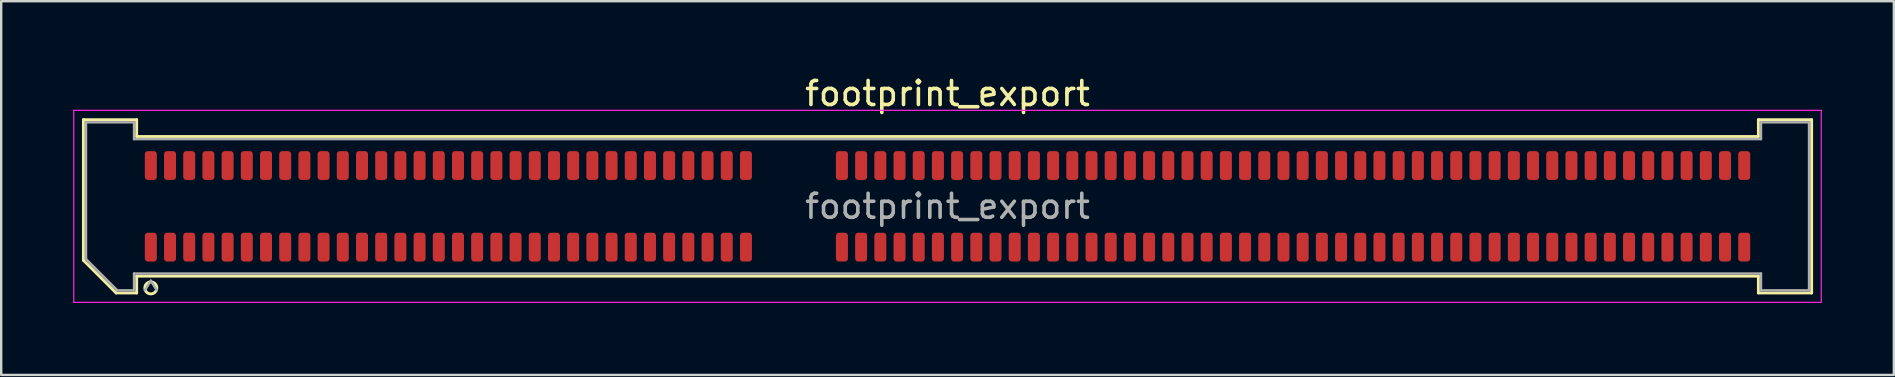
<source format=kicad_pcb>
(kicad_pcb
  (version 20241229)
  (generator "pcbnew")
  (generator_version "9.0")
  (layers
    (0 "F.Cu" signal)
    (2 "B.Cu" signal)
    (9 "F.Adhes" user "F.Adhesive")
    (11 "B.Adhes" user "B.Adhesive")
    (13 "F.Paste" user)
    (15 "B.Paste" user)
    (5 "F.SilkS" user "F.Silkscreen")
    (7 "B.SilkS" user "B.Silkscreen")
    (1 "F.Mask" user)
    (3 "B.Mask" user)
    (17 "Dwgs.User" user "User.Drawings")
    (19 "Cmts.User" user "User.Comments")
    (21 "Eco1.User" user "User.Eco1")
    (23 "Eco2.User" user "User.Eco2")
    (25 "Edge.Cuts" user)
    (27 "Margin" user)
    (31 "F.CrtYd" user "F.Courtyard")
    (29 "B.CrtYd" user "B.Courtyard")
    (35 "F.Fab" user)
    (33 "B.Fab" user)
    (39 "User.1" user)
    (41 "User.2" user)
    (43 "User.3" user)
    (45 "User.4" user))
  (footprint "footprint_export"
    (layer "F.Cu")
    (at 36.435 5.548)
    (property "Reference" "footprint_export" (at 0 -4.7 0) (layer "F.SilkS") (effects (font (size 1 1) (thickness 0.15))))
    (attr smd)
    (fp_line (start -36.01 -3.61) (end -33.79 -3.61) (stroke (width 0.12) (type solid)) (layer "F.SilkS"))
    (fp_line (start -36.01 2.246) (end -36.01 -3.61) (stroke (width 0.12) (type solid)) (layer "F.SilkS"))
    (fp_line (start -34.646 3.61) (end -36.01 2.246) (stroke (width 0.12) (type solid)) (layer "F.SilkS"))
    (fp_line (start -33.79 -3.61) (end -33.79 -2.91) (stroke (width 0.12) (type solid)) (layer "F.SilkS"))
    (fp_line (start -33.79 -2.91) (end 33.79 -2.91) (stroke (width 0.12) (type solid)) (layer "F.SilkS"))
    (fp_line (start -33.79 2.91) (end -33.79 3.61) (stroke (width 0.12) (type solid)) (layer "F.SilkS"))
    (fp_line (start -33.79 3.61) (end -34.646 3.61) (stroke (width 0.12) (type solid)) (layer "F.SilkS"))
    (fp_line (start 33.79 -3.61) (end 36.01 -3.61) (stroke (width 0.12) (type solid)) (layer "F.SilkS"))
    (fp_line (start 33.79 -2.91) (end 33.79 -3.61) (stroke (width 0.12) (type solid)) (layer "F.SilkS"))
    (fp_line (start 33.79 2.91) (end -33.79 2.91) (stroke (width 0.12) (type solid)) (layer "F.SilkS"))
    (fp_line (start 33.79 3.61) (end 33.79 2.91) (stroke (width 0.12) (type solid)) (layer "F.SilkS"))
    (fp_line (start 36.01 -3.61) (end 36.01 3.61) (stroke (width 0.12) (type solid)) (layer "F.SilkS"))
    (fp_line (start 36.01 3.61) (end 33.79 3.61) (stroke (width 0.12) (type solid)) (layer "F.SilkS"))
    (fp_arc (start -32.95 3.4) (mid -33.45 3.4) (end -32.95 3.4) (stroke (width 0.12) (type solid)) (layer "F.SilkS"))
    (fp_line (start -36.41 -4) (end -36.41 4) (stroke (width 0.05) (type solid)) (layer "F.CrtYd"))
    (fp_line (start -36.41 4) (end 36.41 4) (stroke (width 0.05) (type solid)) (layer "F.CrtYd"))
    (fp_line (start 36.41 -4) (end -36.41 -4) (stroke (width 0.05) (type solid)) (layer "F.CrtYd"))
    (fp_line (start 36.41 4) (end 36.41 -4) (stroke (width 0.05) (type solid)) (layer "F.CrtYd"))
    (fp_line (start -35.9 -3.5) (end -33.9 -3.5) (stroke (width 0.1) (type solid)) (layer "F.Fab"))
    (fp_line (start -35.9 2.2) (end -35.9 -3.5) (stroke (width 0.1) (type solid)) (layer "F.Fab"))
    (fp_line (start -34.6 3.5) (end -35.9 2.2) (stroke (width 0.1) (type solid)) (layer "F.Fab"))
    (fp_line (start -33.9 -3.5) (end -33.9 -2.8) (stroke (width 0.1) (type solid)) (layer "F.Fab"))
    (fp_line (start -33.9 -2.8) (end 33.9 -2.8) (stroke (width 0.1) (type solid)) (layer "F.Fab"))
    (fp_line (start -33.9 2.8) (end -33.9 3.5) (stroke (width 0.1) (type solid)) (layer "F.Fab"))
    (fp_line (start -33.9 3.5) (end -34.6 3.5) (stroke (width 0.1) (type solid)) (layer "F.Fab"))
    (fp_line (start -33.2 3.1) (end -33.45 3.5) (stroke (width 0.1) (type solid)) (layer "F.Fab"))
    (fp_line (start -33.2 3.1) (end -32.95 3.5) (stroke (width 0.1) (type solid)) (layer "F.Fab"))
    (fp_line (start 33.9 -3.5) (end 35.9 -3.5) (stroke (width 0.1) (type solid)) (layer "F.Fab"))
    (fp_line (start 33.9 -2.8) (end 33.9 -3.5) (stroke (width 0.1) (type solid)) (layer "F.Fab"))
    (fp_line (start 33.9 2.8) (end -33.9 2.8) (stroke (width 0.1) (type solid)) (layer "F.Fab"))
    (fp_line (start 33.9 3.5) (end 33.9 2.8) (stroke (width 0.1) (type solid)) (layer "F.Fab"))
    (fp_line (start 35.9 -3.5) (end 35.9 3.5) (stroke (width 0.1) (type solid)) (layer "F.Fab"))
    (fp_line (start 35.9 3.5) (end 33.9 3.5) (stroke (width 0.1) (type solid)) (layer "F.Fab"))
    (fp_text user "${REFERENCE}" (at 0 0 0) (layer "F.Fab") (effects (font (size 1 1) (thickness 0.15))))
    (pad "1" smd roundrect (at -33.2 1.7) (size 0.5 1.2) (layers "F.Cu" "F.Mask" "F.Paste") (roundrect_rratio 0.25))
    (pad "2" smd roundrect (at -33.2 -1.7) (size 0.5 1.2) (layers "F.Cu" "F.Mask" "F.Paste") (roundrect_rratio 0.25))
    (pad "3" smd roundrect (at -32.4 1.7) (size 0.5 1.2) (layers "F.Cu" "F.Mask" "F.Paste") (roundrect_rratio 0.25))
    (pad "4" smd roundrect (at -32.4 -1.7) (size 0.5 1.2) (layers "F.Cu" "F.Mask" "F.Paste") (roundrect_rratio 0.25))
    (pad "5" smd roundrect (at -31.6 1.7) (size 0.5 1.2) (layers "F.Cu" "F.Mask" "F.Paste") (roundrect_rratio 0.25))
    (pad "6" smd roundrect (at -31.6 -1.7) (size 0.5 1.2) (layers "F.Cu" "F.Mask" "F.Paste") (roundrect_rratio 0.25))
    (pad "7" smd roundrect (at -30.8 1.7) (size 0.5 1.2) (layers "F.Cu" "F.Mask" "F.Paste") (roundrect_rratio 0.25))
    (pad "8" smd roundrect (at -30.8 -1.7) (size 0.5 1.2) (layers "F.Cu" "F.Mask" "F.Paste") (roundrect_rratio 0.25))
    (pad "9" smd roundrect (at -30 1.7) (size 0.5 1.2) (layers "F.Cu" "F.Mask" "F.Paste") (roundrect_rratio 0.25))
    (pad "10" smd roundrect (at -30 -1.7) (size 0.5 1.2) (layers "F.Cu" "F.Mask" "F.Paste") (roundrect_rratio 0.25))
    (pad "11" smd roundrect (at -29.2 1.7) (size 0.5 1.2) (layers "F.Cu" "F.Mask" "F.Paste") (roundrect_rratio 0.25))
    (pad "12" smd roundrect (at -29.2 -1.7) (size 0.5 1.2) (layers "F.Cu" "F.Mask" "F.Paste") (roundrect_rratio 0.25))
    (pad "13" smd roundrect (at -28.4 1.7) (size 0.5 1.2) (layers "F.Cu" "F.Mask" "F.Paste") (roundrect_rratio 0.25))
    (pad "14" smd roundrect (at -28.4 -1.7) (size 0.5 1.2) (layers "F.Cu" "F.Mask" "F.Paste") (roundrect_rratio 0.25))
    (pad "15" smd roundrect (at -27.6 1.7) (size 0.5 1.2) (layers "F.Cu" "F.Mask" "F.Paste") (roundrect_rratio 0.25))
    (pad "16" smd roundrect (at -27.6 -1.7) (size 0.5 1.2) (layers "F.Cu" "F.Mask" "F.Paste") (roundrect_rratio 0.25))
    (pad "17" smd roundrect (at -26.8 1.7) (size 0.5 1.2) (layers "F.Cu" "F.Mask" "F.Paste") (roundrect_rratio 0.25))
    (pad "18" smd roundrect (at -26.8 -1.7) (size 0.5 1.2) (layers "F.Cu" "F.Mask" "F.Paste") (roundrect_rratio 0.25))
    (pad "19" smd roundrect (at -26 1.7) (size 0.5 1.2) (layers "F.Cu" "F.Mask" "F.Paste") (roundrect_rratio 0.25))
    (pad "20" smd roundrect (at -26 -1.7) (size 0.5 1.2) (layers "F.Cu" "F.Mask" "F.Paste") (roundrect_rratio 0.25))
    (pad "21" smd roundrect (at -25.2 1.7) (size 0.5 1.2) (layers "F.Cu" "F.Mask" "F.Paste") (roundrect_rratio 0.25))
    (pad "22" smd roundrect (at -25.2 -1.7) (size 0.5 1.2) (layers "F.Cu" "F.Mask" "F.Paste") (roundrect_rratio 0.25))
    (pad "23" smd roundrect (at -24.4 1.7) (size 0.5 1.2) (layers "F.Cu" "F.Mask" "F.Paste") (roundrect_rratio 0.25))
    (pad "24" smd roundrect (at -24.4 -1.7) (size 0.5 1.2) (layers "F.Cu" "F.Mask" "F.Paste") (roundrect_rratio 0.25))
    (pad "25" smd roundrect (at -23.6 1.7) (size 0.5 1.2) (layers "F.Cu" "F.Mask" "F.Paste") (roundrect_rratio 0.25))
    (pad "26" smd roundrect (at -23.6 -1.7) (size 0.5 1.2) (layers "F.Cu" "F.Mask" "F.Paste") (roundrect_rratio 0.25))
    (pad "27" smd roundrect (at -22.8 1.7) (size 0.5 1.2) (layers "F.Cu" "F.Mask" "F.Paste") (roundrect_rratio 0.25))
    (pad "28" smd roundrect (at -22.8 -1.7) (size 0.5 1.2) (layers "F.Cu" "F.Mask" "F.Paste") (roundrect_rratio 0.25))
    (pad "29" smd roundrect (at -22 1.7) (size 0.5 1.2) (layers "F.Cu" "F.Mask" "F.Paste") (roundrect_rratio 0.25))
    (pad "30" smd roundrect (at -22 -1.7) (size 0.5 1.2) (layers "F.Cu" "F.Mask" "F.Paste") (roundrect_rratio 0.25))
    (pad "31" smd roundrect (at -21.2 1.7) (size 0.5 1.2) (layers "F.Cu" "F.Mask" "F.Paste") (roundrect_rratio 0.25))
    (pad "32" smd roundrect (at -21.2 -1.7) (size 0.5 1.2) (layers "F.Cu" "F.Mask" "F.Paste") (roundrect_rratio 0.25))
    (pad "33" smd roundrect (at -20.4 1.7) (size 0.5 1.2) (layers "F.Cu" "F.Mask" "F.Paste") (roundrect_rratio 0.25))
    (pad "34" smd roundrect (at -20.4 -1.7) (size 0.5 1.2) (layers "F.Cu" "F.Mask" "F.Paste") (roundrect_rratio 0.25))
    (pad "35" smd roundrect (at -19.6 1.7) (size 0.5 1.2) (layers "F.Cu" "F.Mask" "F.Paste") (roundrect_rratio 0.25))
    (pad "36" smd roundrect (at -19.6 -1.7) (size 0.5 1.2) (layers "F.Cu" "F.Mask" "F.Paste") (roundrect_rratio 0.25))
    (pad "37" smd roundrect (at -18.8 1.7) (size 0.5 1.2) (layers "F.Cu" "F.Mask" "F.Paste") (roundrect_rratio 0.25))
    (pad "38" smd roundrect (at -18.8 -1.7) (size 0.5 1.2) (layers "F.Cu" "F.Mask" "F.Paste") (roundrect_rratio 0.25))
    (pad "39" smd roundrect (at -18 1.7) (size 0.5 1.2) (layers "F.Cu" "F.Mask" "F.Paste") (roundrect_rratio 0.25))
    (pad "40" smd roundrect (at -18 -1.7) (size 0.5 1.2) (layers "F.Cu" "F.Mask" "F.Paste") (roundrect_rratio 0.25))
    (pad "41" smd roundrect (at -17.2 1.7) (size 0.5 1.2) (layers "F.Cu" "F.Mask" "F.Paste") (roundrect_rratio 0.25))
    (pad "42" smd roundrect (at -17.2 -1.7) (size 0.5 1.2) (layers "F.Cu" "F.Mask" "F.Paste") (roundrect_rratio 0.25))
    (pad "43" smd roundrect (at -16.4 1.7) (size 0.5 1.2) (layers "F.Cu" "F.Mask" "F.Paste") (roundrect_rratio 0.25))
    (pad "44" smd roundrect (at -16.4 -1.7) (size 0.5 1.2) (layers "F.Cu" "F.Mask" "F.Paste") (roundrect_rratio 0.25))
    (pad "45" smd roundrect (at -15.6 1.7) (size 0.5 1.2) (layers "F.Cu" "F.Mask" "F.Paste") (roundrect_rratio 0.25))
    (pad "46" smd roundrect (at -15.6 -1.7) (size 0.5 1.2) (layers "F.Cu" "F.Mask" "F.Paste") (roundrect_rratio 0.25))
    (pad "47" smd roundrect (at -14.8 1.7) (size 0.5 1.2) (layers "F.Cu" "F.Mask" "F.Paste") (roundrect_rratio 0.25))
    (pad "48" smd roundrect (at -14.8 -1.7) (size 0.5 1.2) (layers "F.Cu" "F.Mask" "F.Paste") (roundrect_rratio 0.25))
    (pad "49" smd roundrect (at -14 1.7) (size 0.5 1.2) (layers "F.Cu" "F.Mask" "F.Paste") (roundrect_rratio 0.25))
    (pad "50" smd roundrect (at -14 -1.7) (size 0.5 1.2) (layers "F.Cu" "F.Mask" "F.Paste") (roundrect_rratio 0.25))
    (pad "51" smd roundrect (at -13.2 1.7) (size 0.5 1.2) (layers "F.Cu" "F.Mask" "F.Paste") (roundrect_rratio 0.25))
    (pad "52" smd roundrect (at -13.2 -1.7) (size 0.5 1.2) (layers "F.Cu" "F.Mask" "F.Paste") (roundrect_rratio 0.25))
    (pad "53" smd roundrect (at -12.4 1.7) (size 0.5 1.2) (layers "F.Cu" "F.Mask" "F.Paste") (roundrect_rratio 0.25))
    (pad "54" smd roundrect (at -12.4 -1.7) (size 0.5 1.2) (layers "F.Cu" "F.Mask" "F.Paste") (roundrect_rratio 0.25))
    (pad "55" smd roundrect (at -11.6 1.7) (size 0.5 1.2) (layers "F.Cu" "F.Mask" "F.Paste") (roundrect_rratio 0.25))
    (pad "56" smd roundrect (at -11.6 -1.7) (size 0.5 1.2) (layers "F.Cu" "F.Mask" "F.Paste") (roundrect_rratio 0.25))
    (pad "57" smd roundrect (at -10.8 1.7) (size 0.5 1.2) (layers "F.Cu" "F.Mask" "F.Paste") (roundrect_rratio 0.25))
    (pad "58" smd roundrect (at -10.8 -1.7) (size 0.5 1.2) (layers "F.Cu" "F.Mask" "F.Paste") (roundrect_rratio 0.25))
    (pad "59" smd roundrect (at -10 1.7) (size 0.5 1.2) (layers "F.Cu" "F.Mask" "F.Paste") (roundrect_rratio 0.25))
    (pad "60" smd roundrect (at -10 -1.7) (size 0.5 1.2) (layers "F.Cu" "F.Mask" "F.Paste") (roundrect_rratio 0.25))
    (pad "61" smd roundrect (at -9.2 1.7) (size 0.5 1.2) (layers "F.Cu" "F.Mask" "F.Paste") (roundrect_rratio 0.25))
    (pad "62" smd roundrect (at -9.2 -1.7) (size 0.5 1.2) (layers "F.Cu" "F.Mask" "F.Paste") (roundrect_rratio 0.25))
    (pad "63" smd roundrect (at -8.4 1.7) (size 0.5 1.2) (layers "F.Cu" "F.Mask" "F.Paste") (roundrect_rratio 0.25))
    (pad "64" smd roundrect (at -8.4 -1.7) (size 0.5 1.2) (layers "F.Cu" "F.Mask" "F.Paste") (roundrect_rratio 0.25))
    (pad "65" smd roundrect (at -4.4 1.7) (size 0.5 1.2) (layers "F.Cu" "F.Mask" "F.Paste") (roundrect_rratio 0.25))
    (pad "66" smd roundrect (at -4.4 -1.7) (size 0.5 1.2) (layers "F.Cu" "F.Mask" "F.Paste") (roundrect_rratio 0.25))
    (pad "67" smd roundrect (at -3.6 1.7) (size 0.5 1.2) (layers "F.Cu" "F.Mask" "F.Paste") (roundrect_rratio 0.25))
    (pad "68" smd roundrect (at -3.6 -1.7) (size 0.5 1.2) (layers "F.Cu" "F.Mask" "F.Paste") (roundrect_rratio 0.25))
    (pad "69" smd roundrect (at -2.8 1.7) (size 0.5 1.2) (layers "F.Cu" "F.Mask" "F.Paste") (roundrect_rratio 0.25))
    (pad "70" smd roundrect (at -2.8 -1.7) (size 0.5 1.2) (layers "F.Cu" "F.Mask" "F.Paste") (roundrect_rratio 0.25))
    (pad "71" smd roundrect (at -2 1.7) (size 0.5 1.2) (layers "F.Cu" "F.Mask" "F.Paste") (roundrect_rratio 0.25))
    (pad "72" smd roundrect (at -2 -1.7) (size 0.5 1.2) (layers "F.Cu" "F.Mask" "F.Paste") (roundrect_rratio 0.25))
    (pad "73" smd roundrect (at -1.2 1.7) (size 0.5 1.2) (layers "F.Cu" "F.Mask" "F.Paste") (roundrect_rratio 0.25))
    (pad "74" smd roundrect (at -1.2 -1.7) (size 0.5 1.2) (layers "F.Cu" "F.Mask" "F.Paste") (roundrect_rratio 0.25))
    (pad "75" smd roundrect (at -0.4 1.7) (size 0.5 1.2) (layers "F.Cu" "F.Mask" "F.Paste") (roundrect_rratio 0.25))
    (pad "76" smd roundrect (at -0.4 -1.7) (size 0.5 1.2) (layers "F.Cu" "F.Mask" "F.Paste") (roundrect_rratio 0.25))
    (pad "77" smd roundrect (at 0.4 1.7) (size 0.5 1.2) (layers "F.Cu" "F.Mask" "F.Paste") (roundrect_rratio 0.25))
    (pad "78" smd roundrect (at 0.4 -1.7) (size 0.5 1.2) (layers "F.Cu" "F.Mask" "F.Paste") (roundrect_rratio 0.25))
    (pad "79" smd roundrect (at 1.2 1.7) (size 0.5 1.2) (layers "F.Cu" "F.Mask" "F.Paste") (roundrect_rratio 0.25))
    (pad "80" smd roundrect (at 1.2 -1.7) (size 0.5 1.2) (layers "F.Cu" "F.Mask" "F.Paste") (roundrect_rratio 0.25))
    (pad "81" smd roundrect (at 2 1.7) (size 0.5 1.2) (layers "F.Cu" "F.Mask" "F.Paste") (roundrect_rratio 0.25))
    (pad "82" smd roundrect (at 2 -1.7) (size 0.5 1.2) (layers "F.Cu" "F.Mask" "F.Paste") (roundrect_rratio 0.25))
    (pad "83" smd roundrect (at 2.8 1.7) (size 0.5 1.2) (layers "F.Cu" "F.Mask" "F.Paste") (roundrect_rratio 0.25))
    (pad "84" smd roundrect (at 2.8 -1.7) (size 0.5 1.2) (layers "F.Cu" "F.Mask" "F.Paste") (roundrect_rratio 0.25))
    (pad "85" smd roundrect (at 3.6 1.7) (size 0.5 1.2) (layers "F.Cu" "F.Mask" "F.Paste") (roundrect_rratio 0.25))
    (pad "86" smd roundrect (at 3.6 -1.7) (size 0.5 1.2) (layers "F.Cu" "F.Mask" "F.Paste") (roundrect_rratio 0.25))
    (pad "87" smd roundrect (at 4.4 1.7) (size 0.5 1.2) (layers "F.Cu" "F.Mask" "F.Paste") (roundrect_rratio 0.25))
    (pad "88" smd roundrect (at 4.4 -1.7) (size 0.5 1.2) (layers "F.Cu" "F.Mask" "F.Paste") (roundrect_rratio 0.25))
    (pad "89" smd roundrect (at 5.2 1.7) (size 0.5 1.2) (layers "F.Cu" "F.Mask" "F.Paste") (roundrect_rratio 0.25))
    (pad "90" smd roundrect (at 5.2 -1.7) (size 0.5 1.2) (layers "F.Cu" "F.Mask" "F.Paste") (roundrect_rratio 0.25))
    (pad "91" smd roundrect (at 6 1.7) (size 0.5 1.2) (layers "F.Cu" "F.Mask" "F.Paste") (roundrect_rratio 0.25))
    (pad "92" smd roundrect (at 6 -1.7) (size 0.5 1.2) (layers "F.Cu" "F.Mask" "F.Paste") (roundrect_rratio 0.25))
    (pad "93" smd roundrect (at 6.8 1.7) (size 0.5 1.2) (layers "F.Cu" "F.Mask" "F.Paste") (roundrect_rratio 0.25))
    (pad "94" smd roundrect (at 6.8 -1.7) (size 0.5 1.2) (layers "F.Cu" "F.Mask" "F.Paste") (roundrect_rratio 0.25))
    (pad "95" smd roundrect (at 7.6 1.7) (size 0.5 1.2) (layers "F.Cu" "F.Mask" "F.Paste") (roundrect_rratio 0.25))
    (pad "96" smd roundrect (at 7.6 -1.7) (size 0.5 1.2) (layers "F.Cu" "F.Mask" "F.Paste") (roundrect_rratio 0.25))
    (pad "97" smd roundrect (at 8.4 1.7) (size 0.5 1.2) (layers "F.Cu" "F.Mask" "F.Paste") (roundrect_rratio 0.25))
    (pad "98" smd roundrect (at 8.4 -1.7) (size 0.5 1.2) (layers "F.Cu" "F.Mask" "F.Paste") (roundrect_rratio 0.25))
    (pad "99" smd roundrect (at 9.2 1.7) (size 0.5 1.2) (layers "F.Cu" "F.Mask" "F.Paste") (roundrect_rratio 0.25))
    (pad "100" smd roundrect (at 9.2 -1.7) (size 0.5 1.2) (layers "F.Cu" "F.Mask" "F.Paste") (roundrect_rratio 0.25))
    (pad "101" smd roundrect (at 10 1.7) (size 0.5 1.2) (layers "F.Cu" "F.Mask" "F.Paste") (roundrect_rratio 0.25))
    (pad "102" smd roundrect (at 10 -1.7) (size 0.5 1.2) (layers "F.Cu" "F.Mask" "F.Paste") (roundrect_rratio 0.25))
    (pad "103" smd roundrect (at 10.8 1.7) (size 0.5 1.2) (layers "F.Cu" "F.Mask" "F.Paste") (roundrect_rratio 0.25))
    (pad "104" smd roundrect (at 10.8 -1.7) (size 0.5 1.2) (layers "F.Cu" "F.Mask" "F.Paste") (roundrect_rratio 0.25))
    (pad "105" smd roundrect (at 11.6 1.7) (size 0.5 1.2) (layers "F.Cu" "F.Mask" "F.Paste") (roundrect_rratio 0.25))
    (pad "106" smd roundrect (at 11.6 -1.7) (size 0.5 1.2) (layers "F.Cu" "F.Mask" "F.Paste") (roundrect_rratio 0.25))
    (pad "107" smd roundrect (at 12.4 1.7) (size 0.5 1.2) (layers "F.Cu" "F.Mask" "F.Paste") (roundrect_rratio 0.25))
    (pad "108" smd roundrect (at 12.4 -1.7) (size 0.5 1.2) (layers "F.Cu" "F.Mask" "F.Paste") (roundrect_rratio 0.25))
    (pad "109" smd roundrect (at 13.2 1.7) (size 0.5 1.2) (layers "F.Cu" "F.Mask" "F.Paste") (roundrect_rratio 0.25))
    (pad "110" smd roundrect (at 13.2 -1.7) (size 0.5 1.2) (layers "F.Cu" "F.Mask" "F.Paste") (roundrect_rratio 0.25))
    (pad "111" smd roundrect (at 14 1.7) (size 0.5 1.2) (layers "F.Cu" "F.Mask" "F.Paste") (roundrect_rratio 0.25))
    (pad "112" smd roundrect (at 14 -1.7) (size 0.5 1.2) (layers "F.Cu" "F.Mask" "F.Paste") (roundrect_rratio 0.25))
    (pad "113" smd roundrect (at 14.8 1.7) (size 0.5 1.2) (layers "F.Cu" "F.Mask" "F.Paste") (roundrect_rratio 0.25))
    (pad "114" smd roundrect (at 14.8 -1.7) (size 0.5 1.2) (layers "F.Cu" "F.Mask" "F.Paste") (roundrect_rratio 0.25))
    (pad "115" smd roundrect (at 15.6 1.7) (size 0.5 1.2) (layers "F.Cu" "F.Mask" "F.Paste") (roundrect_rratio 0.25))
    (pad "116" smd roundrect (at 15.6 -1.7) (size 0.5 1.2) (layers "F.Cu" "F.Mask" "F.Paste") (roundrect_rratio 0.25))
    (pad "117" smd roundrect (at 16.4 1.7) (size 0.5 1.2) (layers "F.Cu" "F.Mask" "F.Paste") (roundrect_rratio 0.25))
    (pad "118" smd roundrect (at 16.4 -1.7) (size 0.5 1.2) (layers "F.Cu" "F.Mask" "F.Paste") (roundrect_rratio 0.25))
    (pad "119" smd roundrect (at 17.2 1.7) (size 0.5 1.2) (layers "F.Cu" "F.Mask" "F.Paste") (roundrect_rratio 0.25))
    (pad "120" smd roundrect (at 17.2 -1.7) (size 0.5 1.2) (layers "F.Cu" "F.Mask" "F.Paste") (roundrect_rratio 0.25))
    (pad "121" smd roundrect (at 18 1.7) (size 0.5 1.2) (layers "F.Cu" "F.Mask" "F.Paste") (roundrect_rratio 0.25))
    (pad "122" smd roundrect (at 18 -1.7) (size 0.5 1.2) (layers "F.Cu" "F.Mask" "F.Paste") (roundrect_rratio 0.25))
    (pad "123" smd roundrect (at 18.8 1.7) (size 0.5 1.2) (layers "F.Cu" "F.Mask" "F.Paste") (roundrect_rratio 0.25))
    (pad "124" smd roundrect (at 18.8 -1.7) (size 0.5 1.2) (layers "F.Cu" "F.Mask" "F.Paste") (roundrect_rratio 0.25))
    (pad "125" smd roundrect (at 19.6 1.7) (size 0.5 1.2) (layers "F.Cu" "F.Mask" "F.Paste") (roundrect_rratio 0.25))
    (pad "126" smd roundrect (at 19.6 -1.7) (size 0.5 1.2) (layers "F.Cu" "F.Mask" "F.Paste") (roundrect_rratio 0.25))
    (pad "127" smd roundrect (at 20.4 1.7) (size 0.5 1.2) (layers "F.Cu" "F.Mask" "F.Paste") (roundrect_rratio 0.25))
    (pad "128" smd roundrect (at 20.4 -1.7) (size 0.5 1.2) (layers "F.Cu" "F.Mask" "F.Paste") (roundrect_rratio 0.25))
    (pad "129" smd roundrect (at 21.2 1.7) (size 0.5 1.2) (layers "F.Cu" "F.Mask" "F.Paste") (roundrect_rratio 0.25))
    (pad "130" smd roundrect (at 21.2 -1.7) (size 0.5 1.2) (layers "F.Cu" "F.Mask" "F.Paste") (roundrect_rratio 0.25))
    (pad "131" smd roundrect (at 22 1.7) (size 0.5 1.2) (layers "F.Cu" "F.Mask" "F.Paste") (roundrect_rratio 0.25))
    (pad "132" smd roundrect (at 22 -1.7) (size 0.5 1.2) (layers "F.Cu" "F.Mask" "F.Paste") (roundrect_rratio 0.25))
    (pad "133" smd roundrect (at 22.8 1.7) (size 0.5 1.2) (layers "F.Cu" "F.Mask" "F.Paste") (roundrect_rratio 0.25))
    (pad "134" smd roundrect (at 22.8 -1.7) (size 0.5 1.2) (layers "F.Cu" "F.Mask" "F.Paste") (roundrect_rratio 0.25))
    (pad "135" smd roundrect (at 23.6 1.7) (size 0.5 1.2) (layers "F.Cu" "F.Mask" "F.Paste") (roundrect_rratio 0.25))
    (pad "136" smd roundrect (at 23.6 -1.7) (size 0.5 1.2) (layers "F.Cu" "F.Mask" "F.Paste") (roundrect_rratio 0.25))
    (pad "137" smd roundrect (at 24.4 1.7) (size 0.5 1.2) (layers "F.Cu" "F.Mask" "F.Paste") (roundrect_rratio 0.25))
    (pad "138" smd roundrect (at 24.4 -1.7) (size 0.5 1.2) (layers "F.Cu" "F.Mask" "F.Paste") (roundrect_rratio 0.25))
    (pad "139" smd roundrect (at 25.2 1.7) (size 0.5 1.2) (layers "F.Cu" "F.Mask" "F.Paste") (roundrect_rratio 0.25))
    (pad "140" smd roundrect (at 25.2 -1.7) (size 0.5 1.2) (layers "F.Cu" "F.Mask" "F.Paste") (roundrect_rratio 0.25))
    (pad "141" smd roundrect (at 26 1.7) (size 0.5 1.2) (layers "F.Cu" "F.Mask" "F.Paste") (roundrect_rratio 0.25))
    (pad "142" smd roundrect (at 26 -1.7) (size 0.5 1.2) (layers "F.Cu" "F.Mask" "F.Paste") (roundrect_rratio 0.25))
    (pad "143" smd roundrect (at 26.8 1.7) (size 0.5 1.2) (layers "F.Cu" "F.Mask" "F.Paste") (roundrect_rratio 0.25))
    (pad "144" smd roundrect (at 26.8 -1.7) (size 0.5 1.2) (layers "F.Cu" "F.Mask" "F.Paste") (roundrect_rratio 0.25))
    (pad "145" smd roundrect (at 27.6 1.7) (size 0.5 1.2) (layers "F.Cu" "F.Mask" "F.Paste") (roundrect_rratio 0.25))
    (pad "146" smd roundrect (at 27.6 -1.7) (size 0.5 1.2) (layers "F.Cu" "F.Mask" "F.Paste") (roundrect_rratio 0.25))
    (pad "147" smd roundrect (at 28.4 1.7) (size 0.5 1.2) (layers "F.Cu" "F.Mask" "F.Paste") (roundrect_rratio 0.25))
    (pad "148" smd roundrect (at 28.4 -1.7) (size 0.5 1.2) (layers "F.Cu" "F.Mask" "F.Paste") (roundrect_rratio 0.25))
    (pad "149" smd roundrect (at 29.2 1.7) (size 0.5 1.2) (layers "F.Cu" "F.Mask" "F.Paste") (roundrect_rratio 0.25))
    (pad "150" smd roundrect (at 29.2 -1.7) (size 0.5 1.2) (layers "F.Cu" "F.Mask" "F.Paste") (roundrect_rratio 0.25))
    (pad "151" smd roundrect (at 30 1.7) (size 0.5 1.2) (layers "F.Cu" "F.Mask" "F.Paste") (roundrect_rratio 0.25))
    (pad "152" smd roundrect (at 30 -1.7) (size 0.5 1.2) (layers "F.Cu" "F.Mask" "F.Paste") (roundrect_rratio 0.25))
    (pad "153" smd roundrect (at 30.8 1.7) (size 0.5 1.2) (layers "F.Cu" "F.Mask" "F.Paste") (roundrect_rratio 0.25))
    (pad "154" smd roundrect (at 30.8 -1.7) (size 0.5 1.2) (layers "F.Cu" "F.Mask" "F.Paste") (roundrect_rratio 0.25))
    (pad "155" smd roundrect (at 31.6 1.7) (size 0.5 1.2) (layers "F.Cu" "F.Mask" "F.Paste") (roundrect_rratio 0.25))
    (pad "156" smd roundrect (at 31.6 -1.7) (size 0.5 1.2) (layers "F.Cu" "F.Mask" "F.Paste") (roundrect_rratio 0.25))
    (pad "157" smd roundrect (at 32.4 1.7) (size 0.5 1.2) (layers "F.Cu" "F.Mask" "F.Paste") (roundrect_rratio 0.25))
    (pad "158" smd roundrect (at 32.4 -1.7) (size 0.5 1.2) (layers "F.Cu" "F.Mask" "F.Paste") (roundrect_rratio 0.25))
    (pad "159" smd roundrect (at 33.2 1.7) (size 0.5 1.2) (layers "F.Cu" "F.Mask" "F.Paste") (roundrect_rratio 0.25))
    (pad "160" smd roundrect (at 33.2 -1.7) (size 0.5 1.2) (layers "F.Cu" "F.Mask" "F.Paste") (roundrect_rratio 0.25)))
  (gr_rect
    (start -3 -3)
    (end 75.87 12.573)
    (stroke (width 0.1) (type default))
    (fill no)
    (layer "Edge.Cuts")))
</source>
